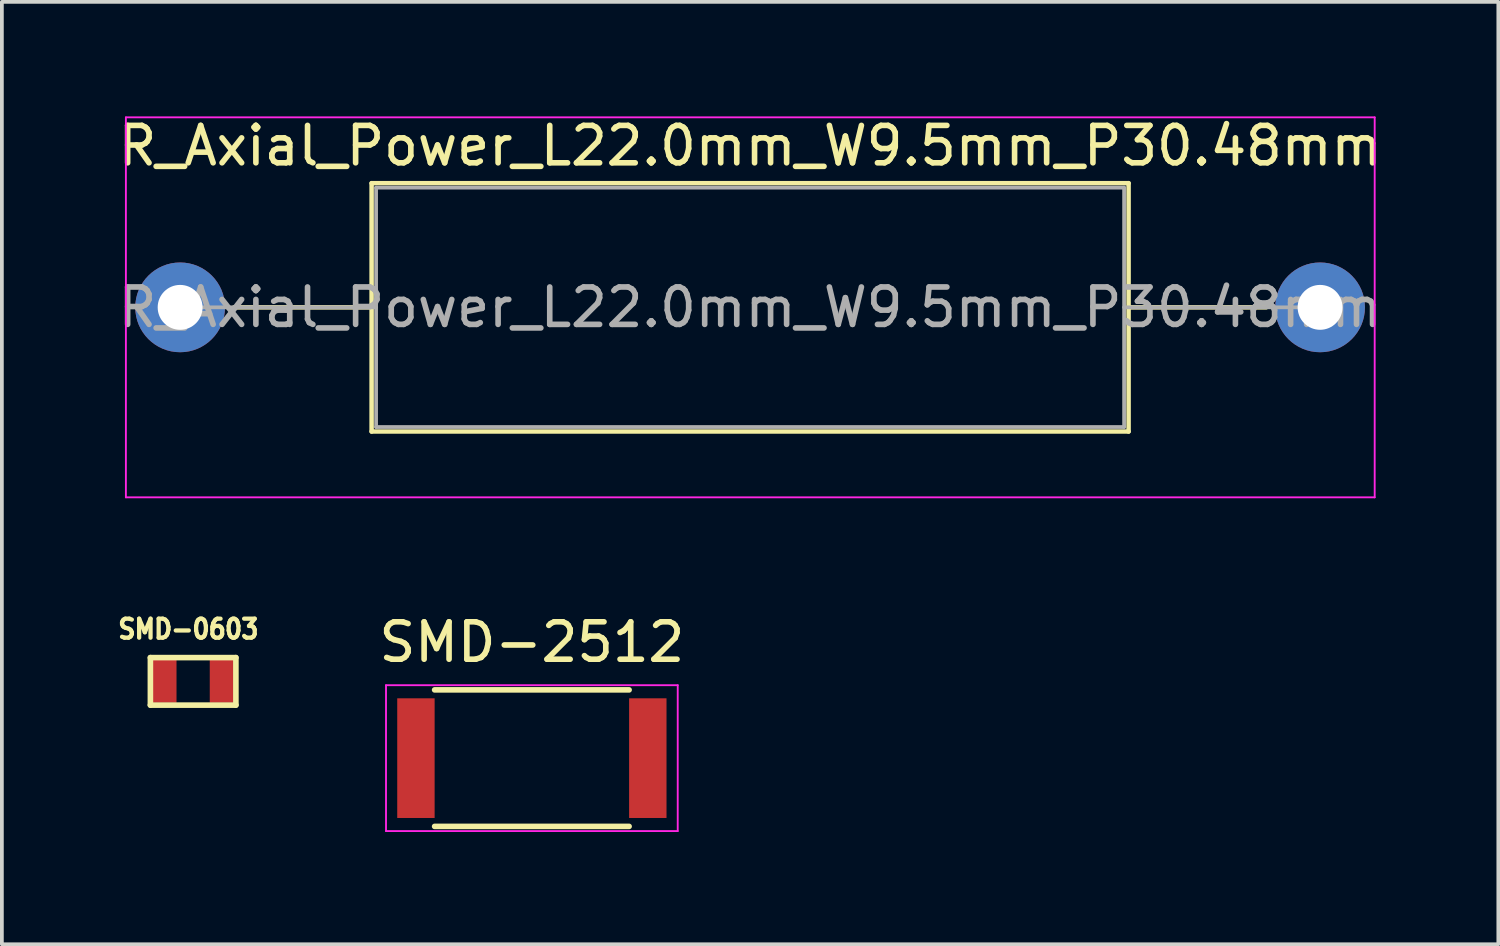
<source format=kicad_pcb>
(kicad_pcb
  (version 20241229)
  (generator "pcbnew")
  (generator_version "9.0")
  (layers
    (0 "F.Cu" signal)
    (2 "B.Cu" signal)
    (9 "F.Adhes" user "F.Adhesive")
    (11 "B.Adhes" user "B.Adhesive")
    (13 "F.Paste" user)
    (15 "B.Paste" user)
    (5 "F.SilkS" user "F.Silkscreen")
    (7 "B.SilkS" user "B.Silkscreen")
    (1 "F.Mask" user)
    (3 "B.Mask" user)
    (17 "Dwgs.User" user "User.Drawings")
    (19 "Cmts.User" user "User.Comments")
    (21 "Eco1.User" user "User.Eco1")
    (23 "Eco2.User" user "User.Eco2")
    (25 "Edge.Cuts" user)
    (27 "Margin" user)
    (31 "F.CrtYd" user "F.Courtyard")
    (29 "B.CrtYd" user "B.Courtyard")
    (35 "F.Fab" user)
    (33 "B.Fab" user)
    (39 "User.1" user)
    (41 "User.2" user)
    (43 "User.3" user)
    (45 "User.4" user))
  (footprint "SMD-0603"
    (layer "F.Cu")
    (at 2.114 15.168)
    (property "Reference" "SMD-0603" (at -0.127 -1.397 0) (layer "F.SilkS") (effects (font (size 0.508 0.457) (thickness 0.114))))
    (attr smd)
    (fp_line (start -1.143 -0.635) (end 1.143 -0.635) (stroke (width 0.15) (type solid)) (layer "F.SilkS"))
    (fp_line (start -1.143 0.635) (end -1.143 -0.635) (stroke (width 0.15) (type solid)) (layer "F.SilkS"))
    (fp_line (start 1.143 -0.635) (end 1.143 0.635) (stroke (width 0.15) (type solid)) (layer "F.SilkS"))
    (fp_line (start 1.143 0.635) (end -1.143 0.635) (stroke (width 0.15) (type solid)) (layer "F.SilkS"))
    (pad "1" smd rect (at -0.762 0) (size 0.635 1.143) (layers "F.Cu" "F.Mask" "F.Paste"))
    (pad "2" smd rect (at 0.762 0) (size 0.635 1.143) (layers "F.Cu" "F.Mask" "F.Paste")))
  (footprint "R_Axial_Power_L22.0mm_W9.5mm_P30.48mm"
    (layer "F.Cu")
    (at 1.766 5.168)
    (property "Reference" "R_Axial_Power_L22.0mm_W9.5mm_P30.48mm" (at 15.24 -4.32 0) (layer "F.SilkS") (effects (font (size 1 1) (thickness 0.15))))
    (attr through_hole)
    (fp_line (start 1.44 0) (end 5.12 0) (stroke (width 0.12) (type solid)) (layer "F.SilkS"))
    (fp_line (start 5.12 -3.32) (end 5.12 3.32) (stroke (width 0.12) (type solid)) (layer "F.SilkS"))
    (fp_line (start 5.12 3.32) (end 25.36 3.32) (stroke (width 0.12) (type solid)) (layer "F.SilkS"))
    (fp_line (start 25.36 -3.32) (end 5.12 -3.32) (stroke (width 0.12) (type solid)) (layer "F.SilkS"))
    (fp_line (start 25.36 3.32) (end 25.36 -3.32) (stroke (width 0.12) (type solid)) (layer "F.SilkS"))
    (fp_line (start 29.04 0) (end 25.36 0) (stroke (width 0.12) (type solid)) (layer "F.SilkS"))
    (fp_line (start -1.45 -5.08) (end -1.45 5.08) (stroke (width 0.05) (type solid)) (layer "F.CrtYd"))
    (fp_line (start -1.45 5.08) (end 31.94 5.08) (stroke (width 0.05) (type solid)) (layer "F.CrtYd"))
    (fp_line (start 31.94 -5.08) (end -1.45 -5.08) (stroke (width 0.05) (type solid)) (layer "F.CrtYd"))
    (fp_line (start 31.94 5.08) (end 31.94 -5.08) (stroke (width 0.05) (type solid)) (layer "F.CrtYd"))
    (fp_line (start 0 0) (end 5.24 0) (stroke (width 0.1) (type solid)) (layer "F.Fab"))
    (fp_line (start 5.24 -3.2) (end 5.24 3.2) (stroke (width 0.1) (type solid)) (layer "F.Fab"))
    (fp_line (start 5.24 3.2) (end 25.24 3.2) (stroke (width 0.1) (type solid)) (layer "F.Fab"))
    (fp_line (start 25.24 -3.2) (end 5.24 -3.2) (stroke (width 0.1) (type solid)) (layer "F.Fab"))
    (fp_line (start 25.24 3.2) (end 25.24 -3.2) (stroke (width 0.1) (type solid)) (layer "F.Fab"))
    (fp_line (start 30.48 0) (end 25.24 0) (stroke (width 0.1) (type solid)) (layer "F.Fab"))
    (fp_text user "${REFERENCE}" (at 15.24 0 0) (layer "F.Fab") (effects (font (size 1 1) (thickness 0.15))))
    (pad "1" thru_hole circle (at 0 0) (size 2.4 2.4) (drill 1.2) (layers "*.Cu" "*.Mask"))
    (pad "2" thru_hole oval (at 30.48 0) (size 2.4 2.4) (drill 1.2) (layers "*.Cu" "*.Mask")))
  (footprint "SMD-2512"
    (layer "F.Cu")
    (at 11.171 17.221)
    (property "Reference" "SMD-2512" (at 0 -3.1 0) (layer "F.SilkS") (effects (font (size 1 1) (thickness 0.15))))
    (attr smd)
    (fp_line (start -2.6 -1.825) (end 2.6 -1.825) (stroke (width 0.15) (type solid)) (layer "F.SilkS"))
    (fp_line (start 2.6 1.825) (end -2.6 1.825) (stroke (width 0.15) (type solid)) (layer "F.SilkS"))
    (fp_line (start -3.9 -1.95) (end -3.9 1.95) (stroke (width 0.05) (type solid)) (layer "F.CrtYd"))
    (fp_line (start -3.9 -1.95) (end 3.9 -1.95) (stroke (width 0.05) (type solid)) (layer "F.CrtYd"))
    (fp_line (start -3.9 1.95) (end 3.9 1.95) (stroke (width 0.05) (type solid)) (layer "F.CrtYd"))
    (fp_line (start 3.9 -1.95) (end 3.9 1.95) (stroke (width 0.05) (type solid)) (layer "F.CrtYd"))
    (pad "1" smd rect (at -3.1 0) (size 1 3.2) (layers "F.Cu" "F.Mask" "F.Paste"))
    (pad "2" smd rect (at 3.1 0) (size 1 3.2) (layers "F.Cu" "F.Mask" "F.Paste")))
  (gr_rect
    (start -3 -3)
    (end 37.012 22.197)
    (stroke (width 0.1) (type default))
    (fill no)
    (layer "Edge.Cuts")))
</source>
